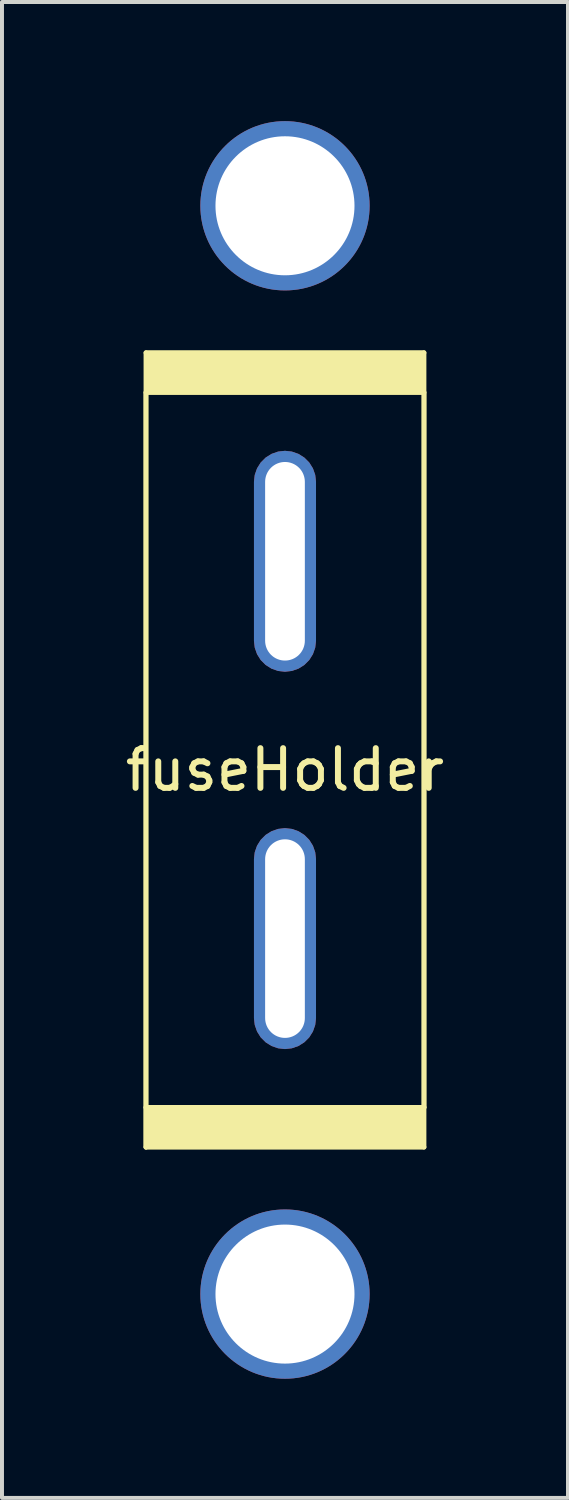
<source format=kicad_pcb>
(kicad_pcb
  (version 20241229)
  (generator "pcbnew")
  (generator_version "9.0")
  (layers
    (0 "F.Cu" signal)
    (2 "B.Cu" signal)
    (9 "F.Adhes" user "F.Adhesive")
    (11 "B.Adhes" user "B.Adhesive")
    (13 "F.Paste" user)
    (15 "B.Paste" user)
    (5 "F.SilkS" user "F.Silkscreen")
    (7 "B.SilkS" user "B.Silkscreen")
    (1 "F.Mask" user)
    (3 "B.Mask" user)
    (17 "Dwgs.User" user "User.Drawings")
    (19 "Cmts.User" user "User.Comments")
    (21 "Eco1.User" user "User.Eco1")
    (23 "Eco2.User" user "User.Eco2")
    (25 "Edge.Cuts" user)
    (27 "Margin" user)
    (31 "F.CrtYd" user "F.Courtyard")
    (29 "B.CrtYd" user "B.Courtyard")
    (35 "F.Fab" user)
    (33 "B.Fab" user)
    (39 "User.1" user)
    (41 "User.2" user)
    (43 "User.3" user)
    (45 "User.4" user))
  (footprint "fuseHolder"
    (layer "F.Cu")
    (at 4.125 15.831)
    (property "Reference" "fuseHolder" (at 0 0.5 0) (layer "F.SilkS") (effects (font (size 1 1) (thickness 0.15))))
    (attr through_hole)
    (fp_line (start -3.5 -10) (end -3.5 10) (stroke (width 0.12) (type solid)) (layer "F.SilkS"))
    (fp_line (start -3.5 -9) (end 3.5 -9) (stroke (width 0.12) (type solid)) (layer "F.SilkS"))
    (fp_line (start -3.5 9) (end -3.5 -9) (stroke (width 0.12) (type solid)) (layer "F.SilkS"))
    (fp_line (start -3.5 9) (end -3.5 10) (stroke (width 0.12) (type solid)) (layer "F.SilkS"))
    (fp_line (start -3.5 10) (end 3.5 10) (stroke (width 0.12) (type solid)) (layer "F.SilkS"))
    (fp_line (start 3.5 -10) (end -3.5 -10) (stroke (width 0.12) (type solid)) (layer "F.SilkS"))
    (fp_line (start 3.5 -9) (end 3.5 9) (stroke (width 0.12) (type solid)) (layer "F.SilkS"))
    (fp_line (start 3.5 9) (end -3.5 9) (stroke (width 0.12) (type solid)) (layer "F.SilkS"))
    (fp_line (start 3.5 9) (end 3.5 -10) (stroke (width 0.12) (type solid)) (layer "F.SilkS"))
    (fp_line (start 3.5 10) (end 3.5 9) (stroke (width 0.12) (type solid)) (layer "F.SilkS"))
    (fp_poly (pts (xy 3.5 -10) (xy 3.5 -9) (xy -3.5 -9) (xy -3.5 -10)) (stroke (width 0.1) (type solid)) (fill yes) (layer "F.SilkS"))
    (fp_poly (pts (xy 3.5 9) (xy 3.5 10) (xy -3.5 10) (xy -3.5 9)) (stroke (width 0.1) (type solid)) (fill yes) (layer "F.SilkS"))
    (pad "1" thru_hole roundrect (at 0 -4.75 270) (size 5.562 1.562) (drill oval 5 1) (layers "*.Cu" "*.Mask") (roundrect_rratio 0.5))
    (pad "2" thru_hole roundrect (at 0 4.75 270) (size 5.562 1.562) (drill oval 5 1) (layers "*.Cu" "*.Mask") (roundrect_rratio 0.5))
    (pad "3" thru_hole circle (at 0 -13.7 270) (size 4.262 4.262) (drill 3.5) (layers "*.Cu" "*.Mask"))
    (pad "4" thru_hole circle (at 0 13.7 270) (size 4.262 4.262) (drill 3.5) (layers "*.Cu" "*.Mask")))
  (gr_rect
    (start -3 -3)
    (end 11.25 34.662)
    (stroke (width 0.1) (type default))
    (fill no)
    (layer "Edge.Cuts")))
</source>
